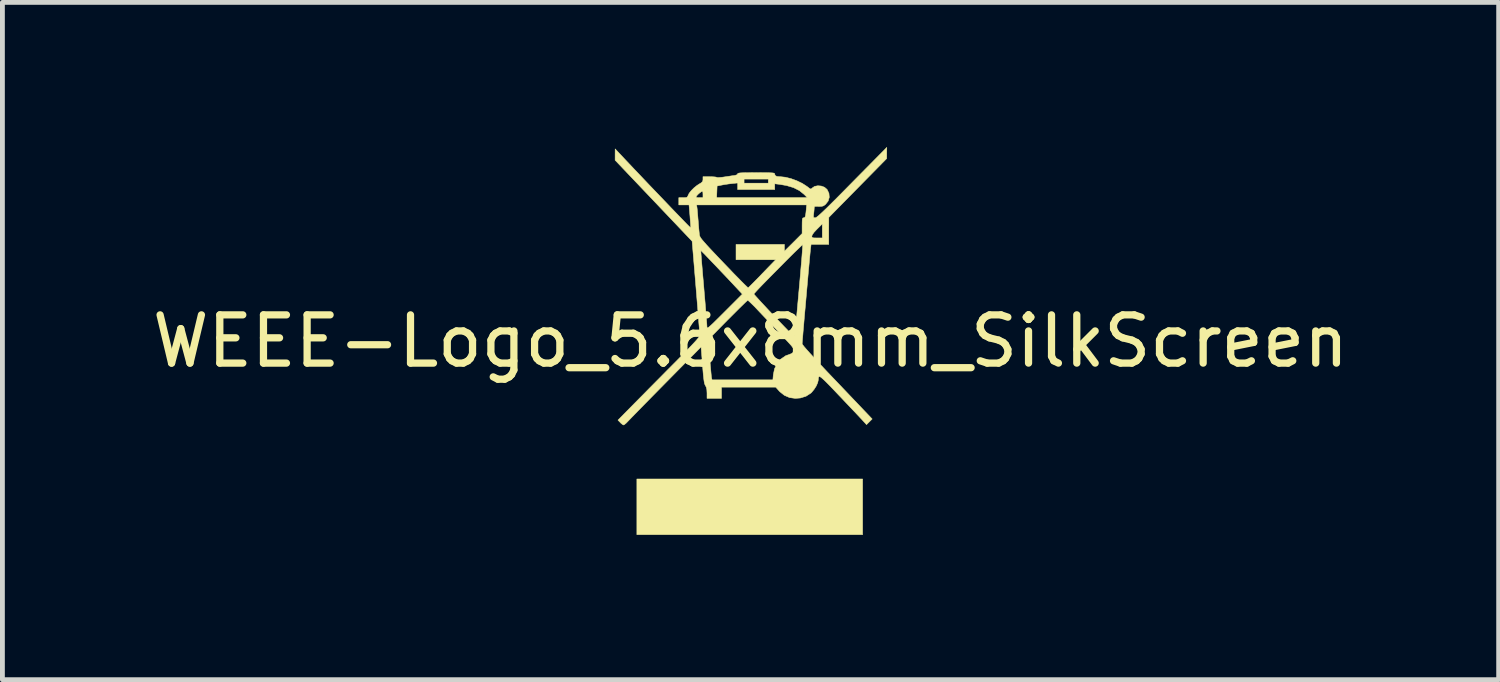
<source format=kicad_pcb>
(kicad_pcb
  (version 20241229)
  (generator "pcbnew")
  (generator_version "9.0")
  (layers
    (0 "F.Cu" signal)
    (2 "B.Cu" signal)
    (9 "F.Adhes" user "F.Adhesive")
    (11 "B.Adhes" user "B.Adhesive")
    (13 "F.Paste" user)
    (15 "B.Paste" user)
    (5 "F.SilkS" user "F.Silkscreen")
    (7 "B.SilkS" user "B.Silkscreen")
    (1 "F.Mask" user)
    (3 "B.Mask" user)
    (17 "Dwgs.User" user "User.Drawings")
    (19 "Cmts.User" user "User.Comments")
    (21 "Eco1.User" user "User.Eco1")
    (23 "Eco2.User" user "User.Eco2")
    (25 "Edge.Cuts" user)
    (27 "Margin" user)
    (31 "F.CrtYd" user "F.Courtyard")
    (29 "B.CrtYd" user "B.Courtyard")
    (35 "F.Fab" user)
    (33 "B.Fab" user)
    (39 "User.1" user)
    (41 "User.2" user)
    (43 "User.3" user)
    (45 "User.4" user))
  (footprint "WEEE-Logo_5.6x8mm_SilkScreen"
    (layer "F.Cu")
    (at 12.506 4.021)
    (property "Reference" "WEEE-Logo_5.6x8mm_SilkScreen" (at 0 0 0) (layer "F.SilkS") (effects (font (size 1 1) (thickness 0.15))))
    (attr exclude_from_pos_files exclude_from_bom)
    (fp_poly (pts (xy 2.323 4.011) (xy -2.356 4.011) (xy -2.356 2.857) (xy 2.323 2.857) (xy 2.323 4.011)) (stroke (width 0.01) (type solid)) (fill yes) (layer "F.SilkS"))
    (fp_poly (pts (xy 2.823 -3.901) (xy 2.822 -3.785) (xy 2.222 -3.175) (xy 1.622 -2.565) (xy 1.621 -2.285) (xy 1.621 -2.005) (xy 1.255 -2.005) (xy 1.246 -1.934) (xy 1.242 -1.902) (xy 1.236 -1.841) (xy 1.228 -1.755) (xy 1.218 -1.648) (xy 1.207 -1.523) (xy 1.194 -1.384) (xy 1.181 -1.235) (xy 1.167 -1.078) (xy 1.153 -0.919) (xy 1.139 -0.76) (xy 1.125 -0.606) (xy 1.112 -0.459) (xy 1.101 -0.324) (xy 1.09 -0.203) (xy 1.082 -0.101) (xy 1.075 -0.022) (xy 1.071 0.031) (xy 1.07 0.055) (xy 1.07 0.055) (xy 1.08 0.074) (xy 1.111 0.114) (xy 1.163 0.174) (xy 1.236 0.256) (xy 1.331 0.359) (xy 1.448 0.485) (xy 1.587 0.633) (xy 1.75 0.804) (xy 1.796 0.852) (xy 2.521 1.613) (xy 2.463 1.671) (xy 2.404 1.73) (xy 2.309 1.626) (xy 2.274 1.589) (xy 2.22 1.531) (xy 2.15 1.457) (xy 2.067 1.37) (xy 1.976 1.274) (xy 1.88 1.172) (xy 1.822 1.112) (xy 1.714 0.998) (xy 1.626 0.907) (xy 1.557 0.837) (xy 1.504 0.787) (xy 1.466 0.754) (xy 1.439 0.736) (xy 1.421 0.734) (xy 1.412 0.744) (xy 1.407 0.764) (xy 1.405 0.795) (xy 1.405 0.803) (xy 1.392 0.86) (xy 1.362 0.929) (xy 1.318 0.998) (xy 1.269 1.058) (xy 1.25 1.077) (xy 1.149 1.142) (xy 1.032 1.178) (xy 0.928 1.186) (xy 0.81 1.17) (xy 0.701 1.123) (xy 0.605 1.046) (xy 0.587 1.026) (xy 0.522 0.953) (xy -0.602 0.953) (xy -0.602 1.186) (xy -0.902 1.186) (xy -0.902 1.077) (xy -0.906 1.003) (xy -0.919 0.951) (xy -0.934 0.923) (xy -0.945 0.902) (xy -0.955 0.873) (xy -0.963 0.831) (xy -0.971 0.77) (xy -0.98 0.688) (xy -0.989 0.579) (xy -0.995 0.498) (xy -1.025 0.119) (xy -1.746 0.849) (xy -1.876 0.981) (xy -2.001 1.108) (xy -2.119 1.228) (xy -2.227 1.338) (xy -2.322 1.435) (xy -2.404 1.519) (xy -2.468 1.585) (xy -2.514 1.633) (xy -2.539 1.659) (xy -2.579 1.7) (xy -2.613 1.728) (xy -2.631 1.738) (xy -2.654 1.727) (xy -2.688 1.699) (xy -2.699 1.687) (xy -2.748 1.637) (xy -2.481 1.366) (xy -2.413 1.297) (xy -2.325 1.208) (xy -2.221 1.103) (xy -2.106 0.986) (xy -1.982 0.861) (xy -1.854 0.732) (xy -1.726 0.602) (xy -1.633 0.509) (xy -1.493 0.368) (xy -1.376 0.248) (xy -1.279 0.148) (xy -1.201 0.066) (xy -1.142 0.002) (xy -1.112 -0.032) (xy -0.875 -0.032) (xy -0.846 0.348) (xy -0.837 0.459) (xy -0.828 0.56) (xy -0.82 0.647) (xy -0.814 0.714) (xy -0.809 0.755) (xy -0.807 0.765) (xy -0.798 0.802) (xy 0.463 0.802) (xy 0.472 0.697) (xy 0.497 0.573) (xy 0.55 0.464) (xy 0.628 0.372) (xy 0.727 0.303) (xy 0.838 0.262) (xy 0.874 0.242) (xy 0.892 0.2) (xy 0.892 0.199) (xy 0.894 0.181) (xy 0.891 0.163) (xy 0.881 0.141) (xy 0.861 0.112) (xy 0.828 0.073) (xy 0.78 0.02) (xy 0.714 -0.051) (xy 0.628 -0.142) (xy 0.622 -0.148) (xy 0.53 -0.245) (xy 0.431 -0.349) (xy 0.333 -0.452) (xy 0.243 -0.547) (xy 0.167 -0.627) (xy 0.15 -0.645) (xy 0.086 -0.713) (xy 0.028 -0.77) (xy -0.018 -0.814) (xy -0.048 -0.841) (xy -0.059 -0.846) (xy -0.074 -0.834) (xy -0.11 -0.801) (xy -0.163 -0.749) (xy -0.232 -0.682) (xy -0.312 -0.602) (xy -0.402 -0.512) (xy -0.476 -0.438) (xy -0.875 -0.032) (xy -1.112 -0.032) (xy -1.099 -0.047) (xy -1.07 -0.083) (xy -1.056 -0.107) (xy -1.052 -0.118) (xy -1.053 -0.141) (xy -1.057 -0.195) (xy -1.063 -0.277) (xy -1.072 -0.382) (xy -1.082 -0.508) (xy -1.093 -0.651) (xy -1.106 -0.81) (xy -1.12 -0.98) (xy -1.131 -1.115) (xy -1.195 -1.881) (xy -1.031 -1.881) (xy -1.03 -1.864) (xy -1.027 -1.818) (xy -1.021 -1.745) (xy -1.014 -1.648) (xy -1.004 -1.531) (xy -0.993 -1.398) (xy -0.98 -1.25) (xy -0.968 -1.111) (xy -0.955 -0.952) (xy -0.942 -0.803) (xy -0.931 -0.665) (xy -0.921 -0.544) (xy -0.913 -0.443) (xy -0.907 -0.364) (xy -0.904 -0.313) (xy -0.903 -0.293) (xy -0.901 -0.28) (xy -0.895 -0.275) (xy -0.881 -0.28) (xy -0.859 -0.296) (xy -0.824 -0.326) (xy -0.775 -0.372) (xy -0.71 -0.436) (xy -0.626 -0.519) (xy -0.536 -0.609) (xy -0.17 -0.975) (xy -0.172 -0.978) (xy 0.07 -0.978) (xy 0.081 -0.962) (xy 0.112 -0.927) (xy 0.16 -0.874) (xy 0.221 -0.807) (xy 0.293 -0.73) (xy 0.372 -0.645) (xy 0.456 -0.556) (xy 0.541 -0.466) (xy 0.624 -0.379) (xy 0.703 -0.297) (xy 0.773 -0.225) (xy 0.832 -0.164) (xy 0.877 -0.119) (xy 0.905 -0.093) (xy 0.912 -0.088) (xy 0.915 -0.105) (xy 0.92 -0.153) (xy 0.928 -0.228) (xy 0.937 -0.327) (xy 0.949 -0.447) (xy 0.962 -0.586) (xy 0.976 -0.741) (xy 0.991 -0.908) (xy 1.003 -1.042) (xy 1.019 -1.217) (xy 1.033 -1.381) (xy 1.046 -1.533) (xy 1.058 -1.668) (xy 1.067 -1.784) (xy 1.074 -1.878) (xy 1.079 -1.947) (xy 1.081 -1.988) (xy 1.081 -1.999) (xy 1.068 -1.99) (xy 1.035 -1.959) (xy 0.984 -1.91) (xy 0.918 -1.847) (xy 0.841 -1.771) (xy 0.756 -1.686) (xy 0.665 -1.594) (xy 0.571 -1.499) (xy 0.477 -1.404) (xy 0.386 -1.312) (xy 0.301 -1.225) (xy 0.225 -1.147) (xy 0.161 -1.08) (xy 0.112 -1.027) (xy 0.081 -0.992) (xy 0.07 -0.978) (xy -0.172 -0.978) (xy -0.306 -1.121) (xy -0.376 -1.196) (xy -0.454 -1.279) (xy -0.537 -1.367) (xy -0.623 -1.457) (xy -0.708 -1.547) (xy -0.79 -1.632) (xy -0.864 -1.71) (xy -0.928 -1.777) (xy -0.98 -1.83) (xy -1.015 -1.865) (xy -1.03 -1.881) (xy -1.031 -1.881) (xy -1.195 -1.881) (xy -1.211 -2.072) (xy -2.009 -2.912) (xy -2.807 -3.751) (xy -2.807 -3.868) (xy -2.806 -3.985) (xy -2.677 -3.848) (xy -2.605 -3.771) (xy -2.52 -3.681) (xy -2.424 -3.579) (xy -2.32 -3.47) (xy -2.209 -3.353) (xy -2.095 -3.233) (xy -1.979 -3.112) (xy -1.864 -2.992) (xy -1.752 -2.875) (xy -1.645 -2.763) (xy -1.546 -2.66) (xy -1.457 -2.568) (xy -1.38 -2.488) (xy -1.318 -2.424) (xy -1.272 -2.378) (xy -1.246 -2.352) (xy -1.24 -2.347) (xy -1.24 -2.364) (xy -1.242 -2.409) (xy -1.247 -2.475) (xy -1.253 -2.556) (xy -1.255 -2.588) (xy -1.275 -2.824) (xy -1.12 -2.824) (xy -1.112 -2.786) (xy -1.108 -2.757) (xy -1.102 -2.701) (xy -1.096 -2.626) (xy -1.089 -2.539) (xy -1.086 -2.507) (xy -1.079 -2.414) (xy -1.072 -2.328) (xy -1.065 -2.257) (xy -1.06 -2.209) (xy -1.059 -2.2) (xy -1.054 -2.182) (xy -1.045 -2.161) (xy -1.028 -2.134) (xy -1.002 -2.1) (xy -0.964 -2.056) (xy -0.914 -1.999) (xy -0.848 -1.927) (xy -0.764 -1.838) (xy -0.661 -1.729) (xy -0.556 -1.619) (xy -0.451 -1.51) (xy -0.354 -1.408) (xy -0.265 -1.318) (xy -0.189 -1.24) (xy -0.127 -1.178) (xy -0.081 -1.134) (xy -0.055 -1.11) (xy -0.049 -1.106) (xy -0.035 -1.119) (xy 0.000039 -1.153) (xy 0.051 -1.204) (xy 0.115 -1.269) (xy 0.189 -1.344) (xy 0.242 -1.4) (xy 0.521 -1.688) (xy -0.301 -1.688) (xy -0.301 -2.005) (xy 0.702 -2.005) (xy 0.702 -1.864) (xy 0.886 -2.047) (xy 1.016 -2.177) (xy 1.27 -2.177) (xy 1.272 -2.157) (xy 1.285 -2.145) (xy 1.314 -2.14) (xy 1.369 -2.139) (xy 1.379 -2.139) (xy 1.487 -2.139) (xy 1.487 -2.43) (xy 1.379 -2.323) (xy 1.317 -2.257) (xy 1.281 -2.207) (xy 1.27 -2.177) (xy 1.016 -2.177) (xy 1.069 -2.23) (xy 1.069 -2.393) (xy 1.07 -2.469) (xy 1.072 -2.516) (xy 1.078 -2.543) (xy 1.087 -2.554) (xy 1.102 -2.557) (xy 1.118 -2.56) (xy 1.13 -2.574) (xy 1.139 -2.604) (xy 1.147 -2.655) (xy 1.155 -2.733) (xy 1.157 -2.761) (xy 1.163 -2.824) (xy -1.12 -2.824) (xy -1.275 -2.824) (xy -1.487 -2.824) (xy -1.487 -2.974) (xy -1.397 -2.974) (xy -1.344 -2.976) (xy -1.316 -2.983) (xy -1.312 -2.987) (xy -1.128 -2.987) (xy -1.118 -2.978) (xy -1.084 -2.975) (xy -1.062 -2.974) (xy -0.986 -2.974) (xy -0.703 -2.974) (xy 1.177 -2.974) (xy 1.113 -3.04) (xy 1.014 -3.12) (xy 0.892 -3.182) (xy 0.744 -3.226) (xy 0.597 -3.251) (xy 0.501 -3.262) (xy 0.501 -3.142) (xy -0.267 -3.142) (xy -0.267 -3.279) (xy -0.38 -3.267) (xy -0.459 -3.258) (xy -0.543 -3.245) (xy -0.593 -3.236) (xy -0.693 -3.216) (xy -0.698 -3.095) (xy -0.703 -2.974) (xy -0.986 -2.974) (xy -0.986 -3.041) (xy -0.988 -3.083) (xy -0.994 -3.106) (xy -0.996 -3.108) (xy -1.021 -3.097) (xy -1.057 -3.071) (xy -1.093 -3.039) (xy -1.118 -3.01) (xy -1.12 -3.007) (xy -1.128 -2.987) (xy -1.312 -2.987) (xy -1.302 -2.999) (xy -1.296 -3.017) (xy -1.273 -3.064) (xy -1.229 -3.12) (xy -1.172 -3.177) (xy -1.109 -3.228) (xy -1.067 -3.255) (xy -1.019 -3.284) (xy -0.995 -3.309) (xy -0.987 -3.337) (xy -0.986 -3.355) (xy -0.986 -3.359) (xy -0.134 -3.359) (xy -0.134 -3.275) (xy 0.368 -3.275) (xy 0.368 -3.359) (xy -0.134 -3.359) (xy -0.986 -3.359) (xy -0.986 -3.409) (xy -0.845 -3.409) (xy -0.781 -3.407) (xy -0.73 -3.403) (xy -0.702 -3.397) (xy -0.699 -3.395) (xy -0.681 -3.391) (xy -0.638 -3.393) (xy -0.577 -3.399) (xy -0.535 -3.405) (xy -0.459 -3.416) (xy -0.389 -3.427) (xy -0.337 -3.434) (xy -0.322 -3.436) (xy -0.282 -3.449) (xy -0.267 -3.468) (xy -0.263 -3.476) (xy -0.247 -3.482) (xy -0.217 -3.487) (xy -0.168 -3.49) (xy -0.096 -3.491) (xy 0.002 -3.492) (xy 0.117 -3.493) (xy 0.24 -3.492) (xy 0.333 -3.492) (xy 0.402 -3.49) (xy 0.448 -3.488) (xy 0.478 -3.484) (xy 0.494 -3.478) (xy 0.5 -3.47) (xy 0.501 -3.461) (xy 0.512 -3.432) (xy 0.545 -3.415) (xy 0.606 -3.409) (xy 0.617 -3.409) (xy 0.72 -3.398) (xy 0.838 -3.369) (xy 0.958 -3.325) (xy 1.072 -3.27) (xy 1.168 -3.208) (xy 1.18 -3.199) (xy 1.221 -3.167) (xy 1.245 -3.154) (xy 1.261 -3.158) (xy 1.279 -3.175) (xy 1.329 -3.209) (xy 1.395 -3.221) (xy 1.467 -3.215) (xy 1.533 -3.19) (xy 1.583 -3.147) (xy 1.587 -3.143) (xy 1.625 -3.064) (xy 1.632 -2.982) (xy 1.609 -2.905) (xy 1.556 -2.837) (xy 1.55 -2.832) (xy 1.513 -2.805) (xy 1.475 -2.794) (xy 1.422 -2.793) (xy 1.409 -2.793) (xy 1.357 -2.795) (xy 1.331 -2.791) (xy 1.321 -2.778) (xy 1.32 -2.766) (xy 1.318 -2.73) (xy 1.313 -2.676) (xy 1.309 -2.644) (xy 1.304 -2.594) (xy 1.306 -2.568) (xy 1.319 -2.558) (xy 1.341 -2.557) (xy 1.355 -2.561) (xy 1.376 -2.575) (xy 1.408 -2.6) (xy 1.45 -2.638) (xy 1.506 -2.69) (xy 1.576 -2.757) (xy 1.662 -2.842) (xy 1.767 -2.946) (xy 1.89 -3.07) (xy 2.034 -3.216) (xy 2.104 -3.287) (xy 2.824 -4.016) (xy 2.823 -3.901)) (stroke (width 0.01) (type solid)) (fill yes) (layer "F.SilkS")))
  (gr_rect
    (start -3 -3)
    (end 28.012 11.037)
    (stroke (width 0.1) (type default))
    (fill no)
    (layer "Edge.Cuts")))
</source>
